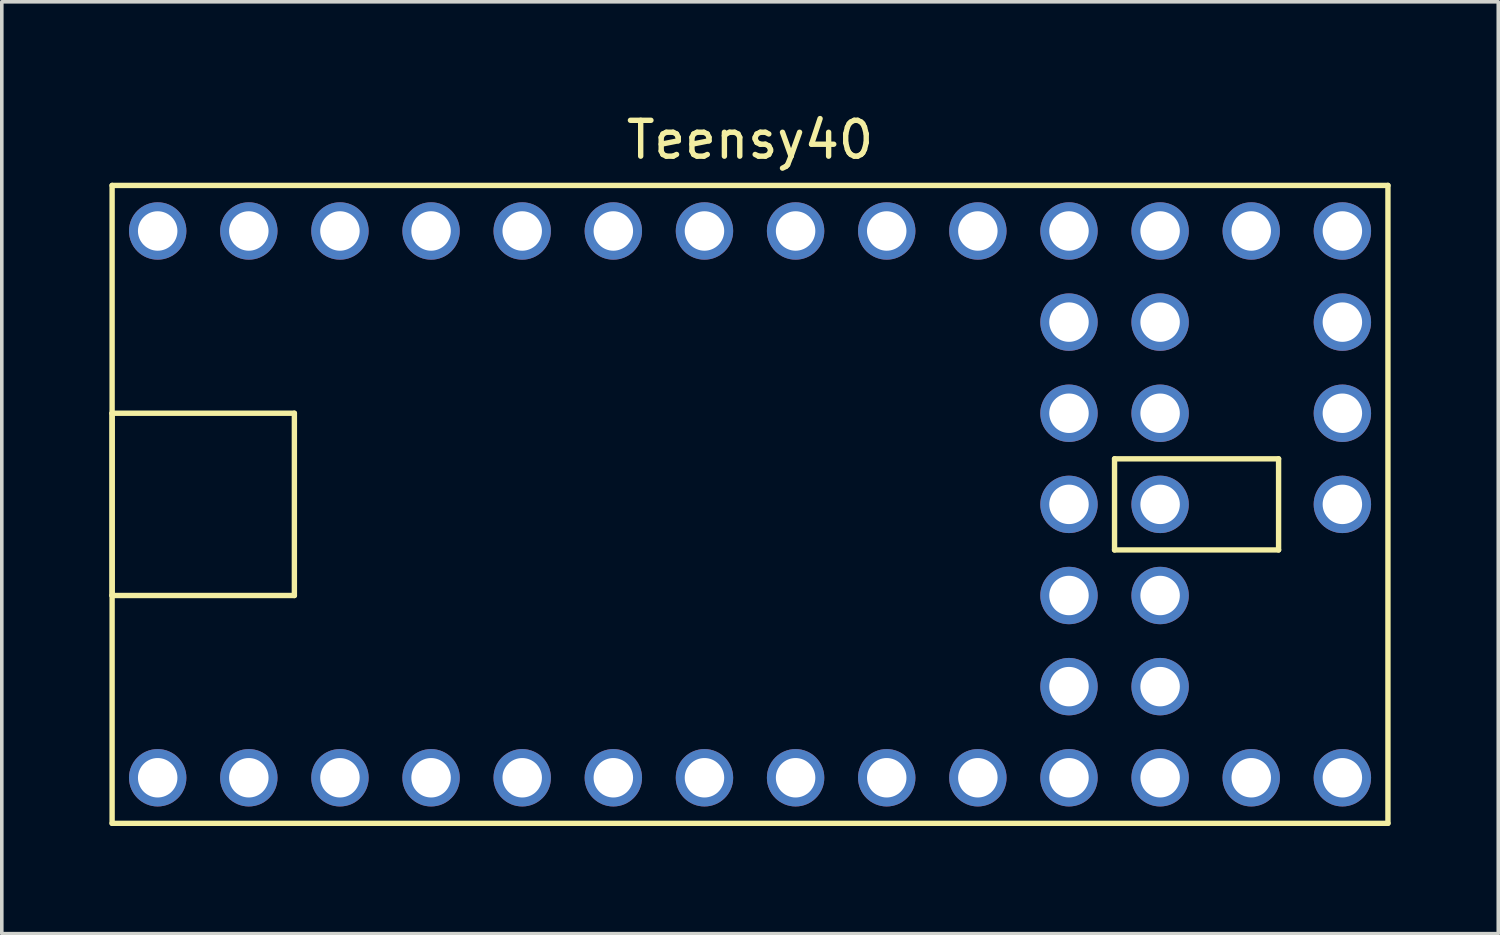
<source format=kicad_pcb>
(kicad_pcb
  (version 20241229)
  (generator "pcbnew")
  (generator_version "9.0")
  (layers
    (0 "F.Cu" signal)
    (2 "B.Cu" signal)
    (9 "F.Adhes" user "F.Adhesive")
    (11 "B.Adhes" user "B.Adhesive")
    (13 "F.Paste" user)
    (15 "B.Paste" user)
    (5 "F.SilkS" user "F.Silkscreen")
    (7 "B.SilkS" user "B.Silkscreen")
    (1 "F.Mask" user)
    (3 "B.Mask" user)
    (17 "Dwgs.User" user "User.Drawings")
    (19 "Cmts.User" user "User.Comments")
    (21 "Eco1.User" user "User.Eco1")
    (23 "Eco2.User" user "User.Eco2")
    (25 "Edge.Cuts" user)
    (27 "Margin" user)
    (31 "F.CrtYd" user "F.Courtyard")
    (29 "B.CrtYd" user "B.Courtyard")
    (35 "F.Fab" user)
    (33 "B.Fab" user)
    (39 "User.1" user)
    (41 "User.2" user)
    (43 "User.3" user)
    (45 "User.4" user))
  (footprint "Teensy40"
    (layer "F.Cu")
    (at 17.855 11.008)
    (property "Reference" "Teensy40" (at 0 -10.16 0) (layer "F.SilkS") (effects (font (size 1 1) (thickness 0.15))))
    (attr through_hole)
    (fp_line (start -17.78 -8.89) (end 17.78 -8.89) (stroke (width 0.15) (type solid)) (layer "F.SilkS"))
    (fp_line (start -17.78 -2.54) (end -17.78 -2.54) (stroke (width 0.15) (type solid)) (layer "F.SilkS"))
    (fp_line (start -17.78 2.54) (end -17.78 -2.54) (stroke (width 0.15) (type solid)) (layer "F.SilkS"))
    (fp_line (start -17.78 2.54) (end -17.78 2.54) (stroke (width 0.15) (type solid)) (layer "F.SilkS"))
    (fp_line (start -17.78 8.89) (end -17.78 -8.89) (stroke (width 0.15) (type solid)) (layer "F.SilkS"))
    (fp_line (start -12.7 -2.54) (end -17.78 -2.54) (stroke (width 0.15) (type solid)) (layer "F.SilkS"))
    (fp_line (start -12.7 2.54) (end -17.78 2.54) (stroke (width 0.15) (type solid)) (layer "F.SilkS"))
    (fp_line (start -12.7 2.54) (end -12.7 -2.54) (stroke (width 0.15) (type solid)) (layer "F.SilkS"))
    (fp_line (start 10.16 -1.27) (end 14.732 -1.27) (stroke (width 0.15) (type solid)) (layer "F.SilkS"))
    (fp_line (start 10.16 1.27) (end 10.16 -1.27) (stroke (width 0.15) (type solid)) (layer "F.SilkS"))
    (fp_line (start 14.732 -1.27) (end 14.732 1.27) (stroke (width 0.15) (type solid)) (layer "F.SilkS"))
    (fp_line (start 14.732 1.27) (end 10.16 1.27) (stroke (width 0.15) (type solid)) (layer "F.SilkS"))
    (fp_line (start 17.78 -8.89) (end 17.78 8.89) (stroke (width 0.15) (type solid)) (layer "F.SilkS"))
    (fp_line (start 17.78 8.89) (end -17.78 8.89) (stroke (width 0.15) (type solid)) (layer "F.SilkS"))
    (pad "1" thru_hole circle (at -16.51 7.62) (size 1.6 1.6) (drill 1.1) (layers "*.Cu" "*.Mask"))
    (pad "2" thru_hole circle (at -13.97 7.62) (size 1.6 1.6) (drill 1.1) (layers "*.Cu" "*.Mask"))
    (pad "3" thru_hole circle (at -11.43 7.62) (size 1.6 1.6) (drill 1.1) (layers "*.Cu" "*.Mask"))
    (pad "4" thru_hole circle (at -8.89 7.62) (size 1.6 1.6) (drill 1.1) (layers "*.Cu" "*.Mask"))
    (pad "5" thru_hole circle (at -6.35 7.62) (size 1.6 1.6) (drill 1.1) (layers "*.Cu" "*.Mask"))
    (pad "6" thru_hole circle (at -3.81 7.62) (size 1.6 1.6) (drill 1.1) (layers "*.Cu" "*.Mask"))
    (pad "7" thru_hole circle (at -1.27 7.62) (size 1.6 1.6) (drill 1.1) (layers "*.Cu" "*.Mask"))
    (pad "8" thru_hole circle (at 1.27 7.62) (size 1.6 1.6) (drill 1.1) (layers "*.Cu" "*.Mask"))
    (pad "9" thru_hole circle (at 3.81 7.62) (size 1.6 1.6) (drill 1.1) (layers "*.Cu" "*.Mask"))
    (pad "10" thru_hole circle (at 6.35 7.62) (size 1.6 1.6) (drill 1.1) (layers "*.Cu" "*.Mask"))
    (pad "11" thru_hole circle (at 8.89 7.62) (size 1.6 1.6) (drill 1.1) (layers "*.Cu" "*.Mask"))
    (pad "12" thru_hole circle (at 11.43 7.62) (size 1.6 1.6) (drill 1.1) (layers "*.Cu" "*.Mask"))
    (pad "13" thru_hole circle (at 13.97 7.62) (size 1.6 1.6) (drill 1.1) (layers "*.Cu" "*.Mask"))
    (pad "14" thru_hole circle (at 16.51 7.62) (size 1.6 1.6) (drill 1.1) (layers "*.Cu" "*.Mask"))
    (pad "17" thru_hole circle (at 16.51 0) (size 1.6 1.6) (drill 1.1) (layers "*.Cu" "*.Mask"))
    (pad "18" thru_hole circle (at 16.51 -2.54) (size 1.6 1.6) (drill 1.1) (layers "*.Cu" "*.Mask"))
    (pad "19" thru_hole circle (at 16.51 -5.08) (size 1.6 1.6) (drill 1.1) (layers "*.Cu" "*.Mask"))
    (pad "20" thru_hole circle (at 16.51 -7.62) (size 1.6 1.6) (drill 1.1) (layers "*.Cu" "*.Mask"))
    (pad "21" thru_hole circle (at 13.97 -7.62) (size 1.6 1.6) (drill 1.1) (layers "*.Cu" "*.Mask"))
    (pad "22" thru_hole circle (at 11.43 -7.62) (size 1.6 1.6) (drill 1.1) (layers "*.Cu" "*.Mask"))
    (pad "23" thru_hole circle (at 8.89 -7.62) (size 1.6 1.6) (drill 1.1) (layers "*.Cu" "*.Mask"))
    (pad "24" thru_hole circle (at 6.35 -7.62) (size 1.6 1.6) (drill 1.1) (layers "*.Cu" "*.Mask"))
    (pad "25" thru_hole circle (at 3.81 -7.62) (size 1.6 1.6) (drill 1.1) (layers "*.Cu" "*.Mask"))
    (pad "26" thru_hole circle (at 1.27 -7.62) (size 1.6 1.6) (drill 1.1) (layers "*.Cu" "*.Mask"))
    (pad "27" thru_hole circle (at -1.27 -7.62) (size 1.6 1.6) (drill 1.1) (layers "*.Cu" "*.Mask"))
    (pad "28" thru_hole circle (at -3.81 -7.62) (size 1.6 1.6) (drill 1.1) (layers "*.Cu" "*.Mask"))
    (pad "29" thru_hole circle (at -6.35 -7.62) (size 1.6 1.6) (drill 1.1) (layers "*.Cu" "*.Mask"))
    (pad "30" thru_hole circle (at -8.89 -7.62) (size 1.6 1.6) (drill 1.1) (layers "*.Cu" "*.Mask"))
    (pad "31" thru_hole circle (at -11.43 -7.62) (size 1.6 1.6) (drill 1.1) (layers "*.Cu" "*.Mask"))
    (pad "32" thru_hole circle (at -13.97 -7.62) (size 1.6 1.6) (drill 1.1) (layers "*.Cu" "*.Mask"))
    (pad "33" thru_hole circle (at -16.51 -7.62) (size 1.6 1.6) (drill 1.1) (layers "*.Cu" "*.Mask"))
    (pad "34" thru_hole circle (at 11.43 -5.08) (size 1.6 1.6) (drill 1.1) (layers "*.Cu" "*.Mask"))
    (pad "35" thru_hole circle (at 8.89 -5.08) (size 1.6 1.6) (drill 1.1) (layers "*.Cu" "*.Mask"))
    (pad "36" thru_hole circle (at 11.43 -2.54) (size 1.6 1.6) (drill 1.1) (layers "*.Cu" "*.Mask"))
    (pad "37" thru_hole circle (at 8.89 -2.54) (size 1.6 1.6) (drill 1.1) (layers "*.Cu" "*.Mask"))
    (pad "38" thru_hole circle (at 11.43 0) (size 1.6 1.6) (drill 1.1) (layers "*.Cu" "*.Mask"))
    (pad "39" thru_hole circle (at 8.89 0) (size 1.6 1.6) (drill 1.1) (layers "*.Cu" "*.Mask"))
    (pad "40" thru_hole circle (at 11.43 2.54) (size 1.6 1.6) (drill 1.1) (layers "*.Cu" "*.Mask"))
    (pad "41" thru_hole circle (at 8.89 2.54) (size 1.6 1.6) (drill 1.1) (layers "*.Cu" "*.Mask"))
    (pad "42" thru_hole circle (at 11.43 5.08) (size 1.6 1.6) (drill 1.1) (layers "*.Cu" "*.Mask"))
    (pad "43" thru_hole circle (at 8.89 5.08) (size 1.6 1.6) (drill 1.1) (layers "*.Cu" "*.Mask")))
  (gr_rect
    (start -3 -3)
    (end 38.71 22.973)
    (stroke (width 0.1) (type default))
    (fill no)
    (layer "Edge.Cuts")))
</source>
